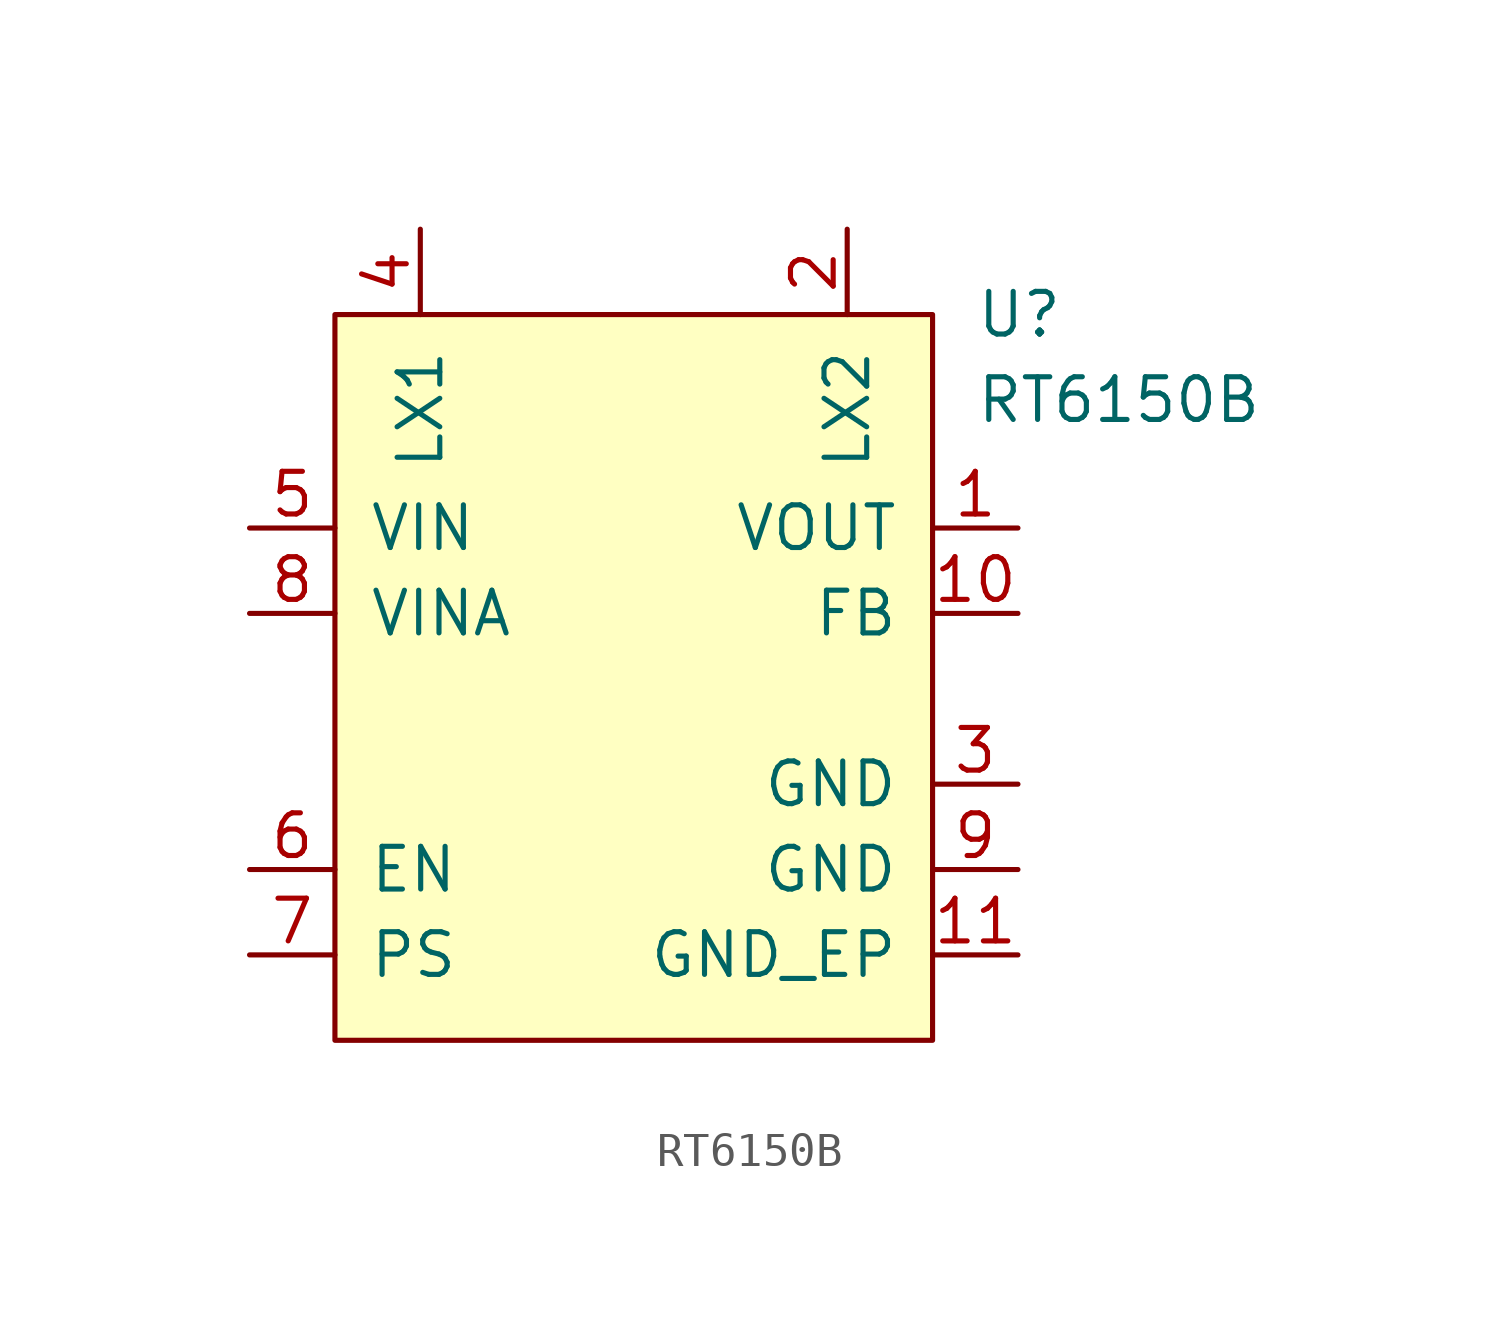
<source format=kicad_sym>
(kicad_symbol_lib
  (version 20211014)
  (generator kicad_symbol_editor)
  (symbol "RT6150B"
    (pin_names
      (offset 1))
    (property "Reference" "U"
      (at 10.16 7.62 0)
      (effects (font (size 1.27 1.27)) (justify left)))
    (property "Value" "RT6150B"
      (at 10.16 5.08 0)
      (effects (font (size 1.27 1.27)) (justify left)))
    (symbol "RT6150B_0_1"
      (rectangle (start -8.89 7.62) (end 8.89 -13.97) (stroke (width 0) (type default) (color 0 0 0 0)) (fill (type background))))
    (symbol "RT6150B_1_1"
      (pin power_out line (at 11.43 1.27 180) (length 2.54) (name "VOUT" (effects (font (size 1.27 1.27)))) (number "1" (effects (font (size 1.27 1.27)))))
      (pin input line (at 11.43 -1.27 180) (length 2.54) (name "FB" (effects (font (size 1.27 1.27)))) (number "10" (effects (font (size 1.27 1.27)))))
      (pin input line (at 11.43 -11.43 180) (length 2.54) (name "GND_EP" (effects (font (size 1.27 1.27)))) (number "11" (effects (font (size 1.27 1.27)))))
      (pin bidirectional line (at 6.35 10.16 270) (length 2.54) (name "LX2" (effects (font (size 1.27 1.27)))) (number "2" (effects (font (size 1.27 1.27)))))
      (pin input line (at 11.43 -6.35 180) (length 2.54) (name "GND" (effects (font (size 1.27 1.27)))) (number "3" (effects (font (size 1.27 1.27)))))
      (pin bidirectional line (at -6.35 10.16 270) (length 2.54) (name "LX1" (effects (font (size 1.27 1.27)))) (number "4" (effects (font (size 1.27 1.27)))))
      (pin power_in line (at -11.43 1.27 0) (length 2.54) (name "VIN" (effects (font (size 1.27 1.27)))) (number "5" (effects (font (size 1.27 1.27)))))
      (pin input line (at -11.43 -8.89 0) (length 2.54) (name "EN" (effects (font (size 1.27 1.27)))) (number "6" (effects (font (size 1.27 1.27)))))
      (pin input line (at -11.43 -11.43 0) (length 2.54) (name "PS" (effects (font (size 1.27 1.27)))) (number "7" (effects (font (size 1.27 1.27)))))
      (pin power_in line (at -11.43 -1.27 0) (length 2.54) (name "VINA" (effects (font (size 1.27 1.27)))) (number "8" (effects (font (size 1.27 1.27)))))
      (pin input line (at 11.43 -8.89 180) (length 2.54) (name "GND" (effects (font (size 1.27 1.27)))) (number "9" (effects (font (size 1.27 1.27))))))))
</source>
